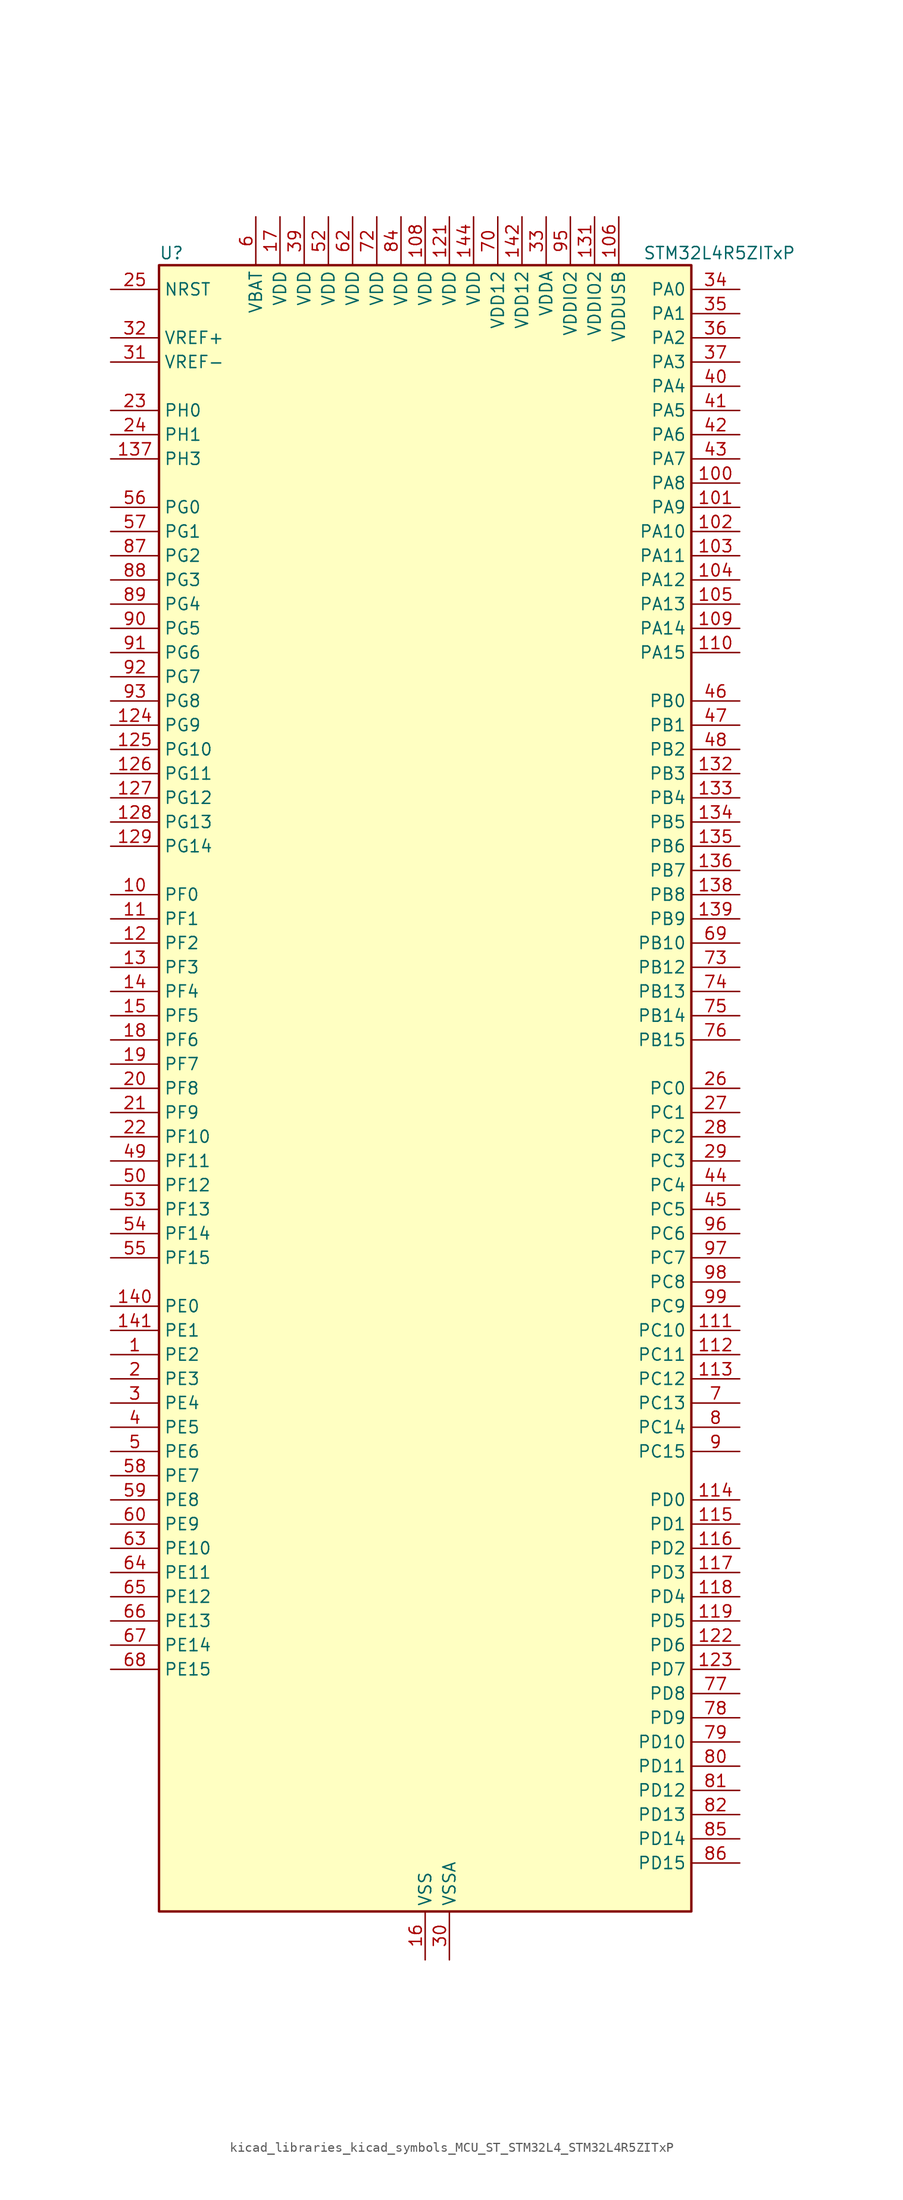
<source format=kicad_sym>
(kicad_symbol_lib
  (version 20220914)
  (generator kicad_symbol_editor)
  (symbol "kicad_libraries_kicad_symbols_MCU_ST_STM32L4_STM32L4R5ZITxP"
    (property "Reference" "U"
      (at -27.94 87.63 0)
      (effects (font (size 1.27 1.27)) (justify left)))
    (property "Value" "STM32L4R5ZITxP"
      (at 22.86 87.63 0)
      (effects (font (size 1.27 1.27)) (justify left)))
    (property "ki_locked" ""
      (at 0 0 0)
      (effects (font (size 1.27 1.27))))
    (symbol "kicad_libraries_kicad_symbols_MCU_ST_STM32L4_STM32L4R5ZITxP_0_1"
      (rectangle (start -27.94 -86.36) (end 27.94 86.36) (stroke (width 0.254) (type default)) (fill (type background))))
    (symbol "kicad_libraries_kicad_symbols_MCU_ST_STM32L4_STM32L4R5ZITxP_1_1"
      (pin bidirectional line (at -33.02 -27.94 0) (length 5.08) (name "PE2" (effects (font (size 1.27 1.27)))) (number "1" (effects (font (size 1.27 1.27)))) (alternate "FMC_A23" bidirectional line) (alternate "SAI1_CK1" bidirectional line) (alternate "SAI1_MCLK_A" bidirectional line) (alternate "SYS_TRACECLK" bidirectional line) (alternate "TIM3_ETR" bidirectional line) (alternate "TSC_G7_IO1" bidirectional line))
      (pin bidirectional line (at -33.02 20.32 0) (length 5.08) (name "PF0" (effects (font (size 1.27 1.27)))) (number "10" (effects (font (size 1.27 1.27)))) (alternate "FMC_A0" bidirectional line) (alternate "I2C2_SDA" bidirectional line) (alternate "OCTOSPIM_P2_IO0" bidirectional line))
      (pin bidirectional line (at 33.02 63.5 180) (length 5.08) (name "PA8" (effects (font (size 1.27 1.27)))) (number "100" (effects (font (size 1.27 1.27)))) (alternate "LPTIM2_OUT" bidirectional line) (alternate "RCC_MCO" bidirectional line) (alternate "SAI1_CK2" bidirectional line) (alternate "SAI1_SCK_A" bidirectional line) (alternate "TIM1_CH1" bidirectional line) (alternate "USART1_CK" bidirectional line) (alternate "USB_OTG_FS_SOF" bidirectional line))
      (pin bidirectional line (at 33.02 60.96 180) (length 5.08) (name "PA9" (effects (font (size 1.27 1.27)))) (number "101" (effects (font (size 1.27 1.27)))) (alternate "DAC1_EXTI9" bidirectional line) (alternate "DCMI_D0" bidirectional line) (alternate "SAI1_FS_A" bidirectional line) (alternate "SPI2_SCK" bidirectional line) (alternate "TIM15_BKIN" bidirectional line) (alternate "TIM1_CH2" bidirectional line) (alternate "USART1_TX" bidirectional line) (alternate "USB_OTG_FS_VBUS" bidirectional line))
      (pin bidirectional line (at 33.02 58.42 180) (length 5.08) (name "PA10" (effects (font (size 1.27 1.27)))) (number "102" (effects (font (size 1.27 1.27)))) (alternate "DCMI_D1" bidirectional line) (alternate "SAI1_D1" bidirectional line) (alternate "SAI1_SD_A" bidirectional line) (alternate "TIM17_BKIN" bidirectional line) (alternate "TIM1_CH3" bidirectional line) (alternate "USART1_RX" bidirectional line) (alternate "USB_OTG_FS_ID" bidirectional line))
      (pin bidirectional line (at 33.02 55.88 180) (length 5.08) (name "PA11" (effects (font (size 1.27 1.27)))) (number "103" (effects (font (size 1.27 1.27)))) (alternate "ADC1_EXTI11" bidirectional line) (alternate "CAN1_RX" bidirectional line) (alternate "SPI1_MISO" bidirectional line) (alternate "TIM1_BKIN2" bidirectional line) (alternate "TIM1_CH4" bidirectional line) (alternate "USART1_CTS" bidirectional line) (alternate "USART1_NSS" bidirectional line) (alternate "USB_OTG_FS_DM" bidirectional line))
      (pin bidirectional line (at 33.02 53.34 180) (length 5.08) (name "PA12" (effects (font (size 1.27 1.27)))) (number "104" (effects (font (size 1.27 1.27)))) (alternate "CAN1_TX" bidirectional line) (alternate "SPI1_MOSI" bidirectional line) (alternate "TIM1_ETR" bidirectional line) (alternate "USART1_DE" bidirectional line) (alternate "USART1_RTS" bidirectional line) (alternate "USB_OTG_FS_DP" bidirectional line))
      (pin bidirectional line (at 33.02 50.8 180) (length 5.08) (name "PA13" (effects (font (size 1.27 1.27)))) (number "105" (effects (font (size 1.27 1.27)))) (alternate "IR_OUT" bidirectional line) (alternate "SAI1_SD_B" bidirectional line) (alternate "SYS_JTMS-SWDIO" bidirectional line) (alternate "USB_OTG_FS_NOE" bidirectional line))
      (pin power_in line (at 20.32 91.44 270) (length 5.08) (name "VDDUSB" (effects (font (size 1.27 1.27)))) (number "106" (effects (font (size 1.27 1.27)))))
      (pin passive line (at 0 -91.44 90) (length 5.08) hide (name "VSS" (effects (font (size 1.27 1.27)))) (number "107" (effects (font (size 1.27 1.27)))))
      (pin power_in line (at 0 91.44 270) (length 5.08) (name "VDD" (effects (font (size 1.27 1.27)))) (number "108" (effects (font (size 1.27 1.27)))))
      (pin bidirectional line (at 33.02 48.26 180) (length 5.08) (name "PA14" (effects (font (size 1.27 1.27)))) (number "109" (effects (font (size 1.27 1.27)))) (alternate "I2C1_SMBA" bidirectional line) (alternate "I2C4_SMBA" bidirectional line) (alternate "LPTIM1_OUT" bidirectional line) (alternate "SAI1_FS_B" bidirectional line) (alternate "SYS_JTCK-SWCLK" bidirectional line) (alternate "USB_OTG_FS_SOF" bidirectional line))
      (pin bidirectional line (at -33.02 17.78 0) (length 5.08) (name "PF1" (effects (font (size 1.27 1.27)))) (number "11" (effects (font (size 1.27 1.27)))) (alternate "FMC_A1" bidirectional line) (alternate "I2C2_SCL" bidirectional line) (alternate "OCTOSPIM_P2_IO1" bidirectional line))
      (pin bidirectional line (at 33.02 45.72 180) (length 5.08) (name "PA15" (effects (font (size 1.27 1.27)))) (number "110" (effects (font (size 1.27 1.27)))) (alternate "ADC1_EXTI15" bidirectional line) (alternate "SAI2_FS_B" bidirectional line) (alternate "SPI1_NSS" bidirectional line) (alternate "SPI3_NSS" bidirectional line) (alternate "SYS_JTDI" bidirectional line) (alternate "TIM2_CH1" bidirectional line) (alternate "TIM2_ETR" bidirectional line) (alternate "TSC_G3_IO1" bidirectional line) (alternate "UART4_DE" bidirectional line) (alternate "UART4_RTS" bidirectional line) (alternate "USART2_RX" bidirectional line) (alternate "USART3_DE" bidirectional line) (alternate "USART3_RTS" bidirectional line))
      (pin bidirectional line (at 33.02 -25.4 180) (length 5.08) (name "PC10" (effects (font (size 1.27 1.27)))) (number "111" (effects (font (size 1.27 1.27)))) (alternate "DCMI_D8" bidirectional line) (alternate "SAI2_SCK_B" bidirectional line) (alternate "SDMMC1_D2" bidirectional line) (alternate "SPI3_SCK" bidirectional line) (alternate "SYS_TRACED1" bidirectional line) (alternate "TSC_G3_IO2" bidirectional line) (alternate "UART4_TX" bidirectional line) (alternate "USART3_TX" bidirectional line))
      (pin bidirectional line (at 33.02 -27.94 180) (length 5.08) (name "PC11" (effects (font (size 1.27 1.27)))) (number "112" (effects (font (size 1.27 1.27)))) (alternate "ADC1_EXTI11" bidirectional line) (alternate "DCMI_D2" bidirectional line) (alternate "DCMI_D4" bidirectional line) (alternate "OCTOSPIM_P1_NCS" bidirectional line) (alternate "SAI2_MCLK_B" bidirectional line) (alternate "SDMMC1_D3" bidirectional line) (alternate "SPI3_MISO" bidirectional line) (alternate "TSC_G3_IO3" bidirectional line) (alternate "UART4_RX" bidirectional line) (alternate "USART3_RX" bidirectional line))
      (pin bidirectional line (at 33.02 -30.48 180) (length 5.08) (name "PC12" (effects (font (size 1.27 1.27)))) (number "113" (effects (font (size 1.27 1.27)))) (alternate "DCMI_D9" bidirectional line) (alternate "SAI2_SD_B" bidirectional line) (alternate "SDMMC1_CK" bidirectional line) (alternate "SPI3_MOSI" bidirectional line) (alternate "SYS_TRACED3" bidirectional line) (alternate "TSC_G3_IO4" bidirectional line) (alternate "UART5_TX" bidirectional line) (alternate "USART3_CK" bidirectional line))
      (pin bidirectional line (at 33.02 -43.18 180) (length 5.08) (name "PD0" (effects (font (size 1.27 1.27)))) (number "114" (effects (font (size 1.27 1.27)))) (alternate "CAN1_RX" bidirectional line) (alternate "DFSDM1_DATIN7" bidirectional line) (alternate "FMC_D2" bidirectional line) (alternate "FMC_DA2" bidirectional line) (alternate "SPI2_NSS" bidirectional line))
      (pin bidirectional line (at 33.02 -45.72 180) (length 5.08) (name "PD1" (effects (font (size 1.27 1.27)))) (number "115" (effects (font (size 1.27 1.27)))) (alternate "CAN1_TX" bidirectional line) (alternate "DFSDM1_CKIN7" bidirectional line) (alternate "FMC_D3" bidirectional line) (alternate "FMC_DA3" bidirectional line) (alternate "SPI2_SCK" bidirectional line))
      (pin bidirectional line (at 33.02 -48.26 180) (length 5.08) (name "PD2" (effects (font (size 1.27 1.27)))) (number "116" (effects (font (size 1.27 1.27)))) (alternate "DCMI_D11" bidirectional line) (alternate "SDMMC1_CMD" bidirectional line) (alternate "SYS_TRACED2" bidirectional line) (alternate "TIM3_ETR" bidirectional line) (alternate "TSC_SYNC" bidirectional line) (alternate "UART5_RX" bidirectional line) (alternate "USART3_DE" bidirectional line) (alternate "USART3_RTS" bidirectional line))
      (pin bidirectional line (at 33.02 -50.8 180) (length 5.08) (name "PD3" (effects (font (size 1.27 1.27)))) (number "117" (effects (font (size 1.27 1.27)))) (alternate "DCMI_D5" bidirectional line) (alternate "DFSDM1_DATIN0" bidirectional line) (alternate "FMC_CLK" bidirectional line) (alternate "OCTOSPIM_P2_NCS" bidirectional line) (alternate "SPI2_MISO" bidirectional line) (alternate "SPI2_SCK" bidirectional line) (alternate "USART2_CTS" bidirectional line) (alternate "USART2_NSS" bidirectional line))
      (pin bidirectional line (at 33.02 -53.34 180) (length 5.08) (name "PD4" (effects (font (size 1.27 1.27)))) (number "118" (effects (font (size 1.27 1.27)))) (alternate "DFSDM1_CKIN0" bidirectional line) (alternate "FMC_NOE" bidirectional line) (alternate "OCTOSPIM_P1_IO4" bidirectional line) (alternate "SPI2_MOSI" bidirectional line) (alternate "USART2_DE" bidirectional line) (alternate "USART2_RTS" bidirectional line))
      (pin bidirectional line (at 33.02 -55.88 180) (length 5.08) (name "PD5" (effects (font (size 1.27 1.27)))) (number "119" (effects (font (size 1.27 1.27)))) (alternate "FMC_NWE" bidirectional line) (alternate "OCTOSPIM_P1_IO5" bidirectional line) (alternate "USART2_TX" bidirectional line))
      (pin bidirectional line (at -33.02 15.24 0) (length 5.08) (name "PF2" (effects (font (size 1.27 1.27)))) (number "12" (effects (font (size 1.27 1.27)))) (alternate "FMC_A2" bidirectional line) (alternate "I2C2_SMBA" bidirectional line) (alternate "OCTOSPIM_P2_IO2" bidirectional line))
      (pin passive line (at 0 -91.44 90) (length 5.08) hide (name "VSS" (effects (font (size 1.27 1.27)))) (number "120" (effects (font (size 1.27 1.27)))))
      (pin power_in line (at 2.54 91.44 270) (length 5.08) (name "VDD" (effects (font (size 1.27 1.27)))) (number "121" (effects (font (size 1.27 1.27)))))
      (pin bidirectional line (at 33.02 -58.42 180) (length 5.08) (name "PD6" (effects (font (size 1.27 1.27)))) (number "122" (effects (font (size 1.27 1.27)))) (alternate "DCMI_D10" bidirectional line) (alternate "DFSDM1_DATIN1" bidirectional line) (alternate "FMC_NWAIT" bidirectional line) (alternate "OCTOSPIM_P1_IO6" bidirectional line) (alternate "SAI1_D1" bidirectional line) (alternate "SAI1_SD_A" bidirectional line) (alternate "SPI3_MOSI" bidirectional line) (alternate "USART2_RX" bidirectional line))
      (pin bidirectional line (at 33.02 -60.96 180) (length 5.08) (name "PD7" (effects (font (size 1.27 1.27)))) (number "123" (effects (font (size 1.27 1.27)))) (alternate "DFSDM1_CKIN1" bidirectional line) (alternate "FMC_NCE" bidirectional line) (alternate "FMC_NE1" bidirectional line) (alternate "OCTOSPIM_P1_IO7" bidirectional line) (alternate "USART2_CK" bidirectional line))
      (pin bidirectional line (at -33.02 38.1 0) (length 5.08) (name "PG9" (effects (font (size 1.27 1.27)))) (number "124" (effects (font (size 1.27 1.27)))) (alternate "DAC1_EXTI9" bidirectional line) (alternate "FMC_NCE" bidirectional line) (alternate "FMC_NE2" bidirectional line) (alternate "OCTOSPIM_P2_IO6" bidirectional line) (alternate "SAI2_SCK_A" bidirectional line) (alternate "SPI3_SCK" bidirectional line) (alternate "TIM15_CH1N" bidirectional line) (alternate "USART1_TX" bidirectional line))
      (pin bidirectional line (at -33.02 35.56 0) (length 5.08) (name "PG10" (effects (font (size 1.27 1.27)))) (number "125" (effects (font (size 1.27 1.27)))) (alternate "FMC_NE3" bidirectional line) (alternate "LPTIM1_IN1" bidirectional line) (alternate "OCTOSPIM_P2_IO7" bidirectional line) (alternate "SAI2_FS_A" bidirectional line) (alternate "SPI3_MISO" bidirectional line) (alternate "TIM15_CH1" bidirectional line) (alternate "USART1_RX" bidirectional line))
      (pin bidirectional line (at -33.02 33.02 0) (length 5.08) (name "PG11" (effects (font (size 1.27 1.27)))) (number "126" (effects (font (size 1.27 1.27)))) (alternate "ADC1_EXTI11" bidirectional line) (alternate "LPTIM1_IN2" bidirectional line) (alternate "OCTOSPIM_P1_IO5" bidirectional line) (alternate "SAI2_MCLK_A" bidirectional line) (alternate "SPI3_MOSI" bidirectional line) (alternate "TIM15_CH2" bidirectional line) (alternate "USART1_CTS" bidirectional line) (alternate "USART1_NSS" bidirectional line))
      (pin bidirectional line (at -33.02 30.48 0) (length 5.08) (name "PG12" (effects (font (size 1.27 1.27)))) (number "127" (effects (font (size 1.27 1.27)))) (alternate "FMC_NE4" bidirectional line) (alternate "LPTIM1_ETR" bidirectional line) (alternate "OCTOSPIM_P2_NCS" bidirectional line) (alternate "SAI2_SD_A" bidirectional line) (alternate "SPI3_NSS" bidirectional line) (alternate "USART1_DE" bidirectional line) (alternate "USART1_RTS" bidirectional line))
      (pin bidirectional line (at -33.02 27.94 0) (length 5.08) (name "PG13" (effects (font (size 1.27 1.27)))) (number "128" (effects (font (size 1.27 1.27)))) (alternate "FMC_A24" bidirectional line) (alternate "I2C1_SDA" bidirectional line) (alternate "USART1_CK" bidirectional line))
      (pin bidirectional line (at -33.02 25.4 0) (length 5.08) (name "PG14" (effects (font (size 1.27 1.27)))) (number "129" (effects (font (size 1.27 1.27)))) (alternate "FMC_A25" bidirectional line) (alternate "I2C1_SCL" bidirectional line))
      (pin bidirectional line (at -33.02 12.7 0) (length 5.08) (name "PF3" (effects (font (size 1.27 1.27)))) (number "13" (effects (font (size 1.27 1.27)))) (alternate "FMC_A3" bidirectional line) (alternate "OCTOSPIM_P2_IO3" bidirectional line))
      (pin passive line (at 0 -91.44 90) (length 5.08) hide (name "VSS" (effects (font (size 1.27 1.27)))) (number "130" (effects (font (size 1.27 1.27)))))
      (pin power_in line (at 17.78 91.44 270) (length 5.08) (name "VDDIO2" (effects (font (size 1.27 1.27)))) (number "131" (effects (font (size 1.27 1.27)))))
      (pin bidirectional line (at 33.02 33.02 180) (length 5.08) (name "PB3" (effects (font (size 1.27 1.27)))) (number "132" (effects (font (size 1.27 1.27)))) (alternate "COMP2_INM" bidirectional line) (alternate "CRS_SYNC" bidirectional line) (alternate "SAI1_SCK_B" bidirectional line) (alternate "SPI1_SCK" bidirectional line) (alternate "SPI3_SCK" bidirectional line) (alternate "SYS_JTDO-SWO" bidirectional line) (alternate "TIM2_CH2" bidirectional line) (alternate "USART1_DE" bidirectional line) (alternate "USART1_RTS" bidirectional line))
      (pin bidirectional line (at 33.02 30.48 180) (length 5.08) (name "PB4" (effects (font (size 1.27 1.27)))) (number "133" (effects (font (size 1.27 1.27)))) (alternate "COMP2_INP" bidirectional line) (alternate "DCMI_D12" bidirectional line) (alternate "I2C3_SDA" bidirectional line) (alternate "SAI1_MCLK_B" bidirectional line) (alternate "SPI1_MISO" bidirectional line) (alternate "SPI3_MISO" bidirectional line) (alternate "SYS_JTRST" bidirectional line) (alternate "TIM17_BKIN" bidirectional line) (alternate "TIM3_CH1" bidirectional line) (alternate "TSC_G2_IO1" bidirectional line) (alternate "UART5_DE" bidirectional line) (alternate "UART5_RTS" bidirectional line) (alternate "USART1_CTS" bidirectional line) (alternate "USART1_NSS" bidirectional line))
      (pin bidirectional line (at 33.02 27.94 180) (length 5.08) (name "PB5" (effects (font (size 1.27 1.27)))) (number "134" (effects (font (size 1.27 1.27)))) (alternate "COMP2_OUT" bidirectional line) (alternate "DCMI_D10" bidirectional line) (alternate "I2C1_SMBA" bidirectional line) (alternate "LPTIM1_IN1" bidirectional line) (alternate "SAI1_SD_B" bidirectional line) (alternate "SPI1_MOSI" bidirectional line) (alternate "SPI3_MOSI" bidirectional line) (alternate "TIM16_BKIN" bidirectional line) (alternate "TIM3_CH2" bidirectional line) (alternate "TSC_G2_IO2" bidirectional line) (alternate "UART5_CTS" bidirectional line) (alternate "USART1_CK" bidirectional line))
      (pin bidirectional line (at 33.02 25.4 180) (length 5.08) (name "PB6" (effects (font (size 1.27 1.27)))) (number "135" (effects (font (size 1.27 1.27)))) (alternate "COMP2_INP" bidirectional line) (alternate "DCMI_D5" bidirectional line) (alternate "DFSDM1_DATIN5" bidirectional line) (alternate "I2C1_SCL" bidirectional line) (alternate "I2C4_SCL" bidirectional line) (alternate "LPTIM1_ETR" bidirectional line) (alternate "SAI1_FS_B" bidirectional line) (alternate "TIM16_CH1N" bidirectional line) (alternate "TIM4_CH1" bidirectional line) (alternate "TIM8_BKIN2" bidirectional line) (alternate "TSC_G2_IO3" bidirectional line) (alternate "USART1_TX" bidirectional line))
      (pin bidirectional line (at 33.02 22.86 180) (length 5.08) (name "PB7" (effects (font (size 1.27 1.27)))) (number "136" (effects (font (size 1.27 1.27)))) (alternate "COMP2_INM" bidirectional line) (alternate "DCMI_VSYNC" bidirectional line) (alternate "DFSDM1_CKIN5" bidirectional line) (alternate "FMC_NL" bidirectional line) (alternate "I2C1_SDA" bidirectional line) (alternate "I2C4_SDA" bidirectional line) (alternate "LPTIM1_IN2" bidirectional line) (alternate "SYS_PVD_IN" bidirectional line) (alternate "TIM17_CH1N" bidirectional line) (alternate "TIM4_CH2" bidirectional line) (alternate "TIM8_BKIN" bidirectional line) (alternate "TSC_G2_IO4" bidirectional line) (alternate "UART4_CTS" bidirectional line) (alternate "USART1_RX" bidirectional line))
      (pin bidirectional line (at -33.02 66.04 0) (length 5.08) (name "PH3" (effects (font (size 1.27 1.27)))) (number "137" (effects (font (size 1.27 1.27)))))
      (pin bidirectional line (at 33.02 20.32 180) (length 5.08) (name "PB8" (effects (font (size 1.27 1.27)))) (number "138" (effects (font (size 1.27 1.27)))) (alternate "CAN1_RX" bidirectional line) (alternate "DCMI_D6" bidirectional line) (alternate "DFSDM1_CKOUT" bidirectional line) (alternate "DFSDM1_DATIN6" bidirectional line) (alternate "I2C1_SCL" bidirectional line) (alternate "SAI1_CK1" bidirectional line) (alternate "SAI1_MCLK_A" bidirectional line) (alternate "SDMMC1_CKIN" bidirectional line) (alternate "SDMMC1_D4" bidirectional line) (alternate "TIM16_CH1" bidirectional line) (alternate "TIM4_CH3" bidirectional line))
      (pin bidirectional line (at 33.02 17.78 180) (length 5.08) (name "PB9" (effects (font (size 1.27 1.27)))) (number "139" (effects (font (size 1.27 1.27)))) (alternate "CAN1_TX" bidirectional line) (alternate "DAC1_EXTI9" bidirectional line) (alternate "DCMI_D7" bidirectional line) (alternate "DFSDM1_CKIN6" bidirectional line) (alternate "I2C1_SDA" bidirectional line) (alternate "IR_OUT" bidirectional line) (alternate "SAI1_D2" bidirectional line) (alternate "SAI1_FS_A" bidirectional line) (alternate "SDMMC1_CDIR" bidirectional line) (alternate "SDMMC1_D5" bidirectional line) (alternate "SPI2_NSS" bidirectional line) (alternate "TIM17_CH1" bidirectional line) (alternate "TIM4_CH4" bidirectional line))
      (pin bidirectional line (at -33.02 10.16 0) (length 5.08) (name "PF4" (effects (font (size 1.27 1.27)))) (number "14" (effects (font (size 1.27 1.27)))) (alternate "FMC_A4" bidirectional line) (alternate "OCTOSPIM_P2_CLK" bidirectional line))
      (pin bidirectional line (at -33.02 -22.86 0) (length 5.08) (name "PE0" (effects (font (size 1.27 1.27)))) (number "140" (effects (font (size 1.27 1.27)))) (alternate "DCMI_D2" bidirectional line) (alternate "FMC_NBL0" bidirectional line) (alternate "TIM16_CH1" bidirectional line) (alternate "TIM4_ETR" bidirectional line))
      (pin bidirectional line (at -33.02 -25.4 0) (length 5.08) (name "PE1" (effects (font (size 1.27 1.27)))) (number "141" (effects (font (size 1.27 1.27)))) (alternate "DCMI_D3" bidirectional line) (alternate "FMC_NBL1" bidirectional line) (alternate "TIM17_CH1" bidirectional line))
      (pin power_in line (at 10.16 91.44 270) (length 5.08) (name "VDD12" (effects (font (size 1.27 1.27)))) (number "142" (effects (font (size 1.27 1.27)))))
      (pin passive line (at 0 -91.44 90) (length 5.08) hide (name "VSS" (effects (font (size 1.27 1.27)))) (number "143" (effects (font (size 1.27 1.27)))))
      (pin power_in line (at 5.08 91.44 270) (length 5.08) (name "VDD" (effects (font (size 1.27 1.27)))) (number "144" (effects (font (size 1.27 1.27)))))
      (pin bidirectional line (at -33.02 7.62 0) (length 5.08) (name "PF5" (effects (font (size 1.27 1.27)))) (number "15" (effects (font (size 1.27 1.27)))) (alternate "FMC_A5" bidirectional line))
      (pin power_in line (at 0 -91.44 90) (length 5.08) (name "VSS" (effects (font (size 1.27 1.27)))) (number "16" (effects (font (size 1.27 1.27)))))
      (pin power_in line (at -15.24 91.44 270) (length 5.08) (name "VDD" (effects (font (size 1.27 1.27)))) (number "17" (effects (font (size 1.27 1.27)))))
      (pin bidirectional line (at -33.02 5.08 0) (length 5.08) (name "PF6" (effects (font (size 1.27 1.27)))) (number "18" (effects (font (size 1.27 1.27)))) (alternate "OCTOSPIM_P1_IO3" bidirectional line) (alternate "SAI1_SD_B" bidirectional line) (alternate "TIM5_CH1" bidirectional line) (alternate "TIM5_ETR" bidirectional line))
      (pin bidirectional line (at -33.02 2.54 0) (length 5.08) (name "PF7" (effects (font (size 1.27 1.27)))) (number "19" (effects (font (size 1.27 1.27)))) (alternate "OCTOSPIM_P1_IO2" bidirectional line) (alternate "SAI1_MCLK_B" bidirectional line) (alternate "TIM5_CH2" bidirectional line))
      (pin bidirectional line (at -33.02 -30.48 0) (length 5.08) (name "PE3" (effects (font (size 1.27 1.27)))) (number "2" (effects (font (size 1.27 1.27)))) (alternate "FMC_A19" bidirectional line) (alternate "OCTOSPIM_P1_DQS" bidirectional line) (alternate "SAI1_SD_B" bidirectional line) (alternate "SYS_TRACED0" bidirectional line) (alternate "TIM3_CH1" bidirectional line) (alternate "TSC_G7_IO2" bidirectional line))
      (pin bidirectional line (at -33.02 0 0) (length 5.08) (name "PF8" (effects (font (size 1.27 1.27)))) (number "20" (effects (font (size 1.27 1.27)))) (alternate "OCTOSPIM_P1_IO0" bidirectional line) (alternate "SAI1_SCK_B" bidirectional line) (alternate "TIM5_CH3" bidirectional line))
      (pin bidirectional line (at -33.02 -2.54 0) (length 5.08) (name "PF9" (effects (font (size 1.27 1.27)))) (number "21" (effects (font (size 1.27 1.27)))) (alternate "DAC1_EXTI9" bidirectional line) (alternate "OCTOSPIM_P1_IO1" bidirectional line) (alternate "SAI1_FS_B" bidirectional line) (alternate "TIM15_CH1" bidirectional line) (alternate "TIM5_CH4" bidirectional line))
      (pin bidirectional line (at -33.02 -5.08 0) (length 5.08) (name "PF10" (effects (font (size 1.27 1.27)))) (number "22" (effects (font (size 1.27 1.27)))) (alternate "DCMI_D11" bidirectional line) (alternate "DFSDM1_CKOUT" bidirectional line) (alternate "OCTOSPIM_P1_CLK" bidirectional line) (alternate "SAI1_D3" bidirectional line) (alternate "TIM15_CH2" bidirectional line))
      (pin bidirectional line (at -33.02 71.12 0) (length 5.08) (name "PH0" (effects (font (size 1.27 1.27)))) (number "23" (effects (font (size 1.27 1.27)))) (alternate "RCC_OSC_IN" bidirectional line))
      (pin bidirectional line (at -33.02 68.58 0) (length 5.08) (name "PH1" (effects (font (size 1.27 1.27)))) (number "24" (effects (font (size 1.27 1.27)))) (alternate "RCC_OSC_OUT" bidirectional line))
      (pin input line (at -33.02 83.82 0) (length 5.08) (name "NRST" (effects (font (size 1.27 1.27)))) (number "25" (effects (font (size 1.27 1.27)))))
      (pin bidirectional line (at 33.02 0 180) (length 5.08) (name "PC0" (effects (font (size 1.27 1.27)))) (number "26" (effects (font (size 1.27 1.27)))) (alternate "ADC1_IN1" bidirectional line) (alternate "DFSDM1_DATIN4" bidirectional line) (alternate "I2C3_SCL" bidirectional line) (alternate "LPTIM1_IN1" bidirectional line) (alternate "LPTIM2_IN1" bidirectional line) (alternate "LPUART1_RX" bidirectional line) (alternate "SAI2_FS_A" bidirectional line))
      (pin bidirectional line (at 33.02 -2.54 180) (length 5.08) (name "PC1" (effects (font (size 1.27 1.27)))) (number "27" (effects (font (size 1.27 1.27)))) (alternate "ADC1_IN2" bidirectional line) (alternate "DFSDM1_CKIN4" bidirectional line) (alternate "I2C3_SDA" bidirectional line) (alternate "LPTIM1_OUT" bidirectional line) (alternate "LPUART1_TX" bidirectional line) (alternate "OCTOSPIM_P1_IO4" bidirectional line) (alternate "SAI1_SD_A" bidirectional line) (alternate "SPI2_MOSI" bidirectional line) (alternate "SYS_TRACED0" bidirectional line))
      (pin bidirectional line (at 33.02 -5.08 180) (length 5.08) (name "PC2" (effects (font (size 1.27 1.27)))) (number "28" (effects (font (size 1.27 1.27)))) (alternate "ADC1_IN3" bidirectional line) (alternate "DFSDM1_CKOUT" bidirectional line) (alternate "LPTIM1_IN2" bidirectional line) (alternate "OCTOSPIM_P1_IO5" bidirectional line) (alternate "SPI2_MISO" bidirectional line))
      (pin bidirectional line (at 33.02 -7.62 180) (length 5.08) (name "PC3" (effects (font (size 1.27 1.27)))) (number "29" (effects (font (size 1.27 1.27)))) (alternate "ADC1_IN4" bidirectional line) (alternate "LPTIM1_ETR" bidirectional line) (alternate "LPTIM2_ETR" bidirectional line) (alternate "OCTOSPIM_P1_IO6" bidirectional line) (alternate "SAI1_D1" bidirectional line) (alternate "SAI1_SD_A" bidirectional line) (alternate "SPI2_MOSI" bidirectional line))
      (pin bidirectional line (at -33.02 -33.02 0) (length 5.08) (name "PE4" (effects (font (size 1.27 1.27)))) (number "3" (effects (font (size 1.27 1.27)))) (alternate "DCMI_D4" bidirectional line) (alternate "DFSDM1_DATIN3" bidirectional line) (alternate "FMC_A20" bidirectional line) (alternate "SAI1_D2" bidirectional line) (alternate "SAI1_FS_A" bidirectional line) (alternate "SYS_TRACED1" bidirectional line) (alternate "TIM3_CH2" bidirectional line) (alternate "TSC_G7_IO3" bidirectional line))
      (pin power_in line (at 2.54 -91.44 90) (length 5.08) (name "VSSA" (effects (font (size 1.27 1.27)))) (number "30" (effects (font (size 1.27 1.27)))))
      (pin input line (at -33.02 76.2 0) (length 5.08) (name "VREF-" (effects (font (size 1.27 1.27)))) (number "31" (effects (font (size 1.27 1.27)))))
      (pin input line (at -33.02 78.74 0) (length 5.08) (name "VREF+" (effects (font (size 1.27 1.27)))) (number "32" (effects (font (size 1.27 1.27)))) (alternate "VREFBUF_OUT" bidirectional line))
      (pin power_in line (at 12.7 91.44 270) (length 5.08) (name "VDDA" (effects (font (size 1.27 1.27)))) (number "33" (effects (font (size 1.27 1.27)))))
      (pin bidirectional line (at 33.02 83.82 180) (length 5.08) (name "PA0" (effects (font (size 1.27 1.27)))) (number "34" (effects (font (size 1.27 1.27)))) (alternate "ADC1_IN5" bidirectional line) (alternate "OPAMP1_VINP" bidirectional line) (alternate "RTC_TAMP2" bidirectional line) (alternate "SAI1_EXTCLK" bidirectional line) (alternate "SYS_WKUP1" bidirectional line) (alternate "TIM2_CH1" bidirectional line) (alternate "TIM2_ETR" bidirectional line) (alternate "TIM5_CH1" bidirectional line) (alternate "TIM8_ETR" bidirectional line) (alternate "UART4_TX" bidirectional line) (alternate "USART2_CTS" bidirectional line) (alternate "USART2_NSS" bidirectional line))
      (pin bidirectional line (at 33.02 81.28 180) (length 5.08) (name "PA1" (effects (font (size 1.27 1.27)))) (number "35" (effects (font (size 1.27 1.27)))) (alternate "ADC1_IN6" bidirectional line) (alternate "I2C1_SMBA" bidirectional line) (alternate "OCTOSPIM_P1_DQS" bidirectional line) (alternate "OPAMP1_VINM" bidirectional line) (alternate "SPI1_SCK" bidirectional line) (alternate "TIM15_CH1N" bidirectional line) (alternate "TIM2_CH2" bidirectional line) (alternate "TIM5_CH2" bidirectional line) (alternate "UART4_RX" bidirectional line) (alternate "USART2_DE" bidirectional line) (alternate "USART2_RTS" bidirectional line))
      (pin bidirectional line (at 33.02 78.74 180) (length 5.08) (name "PA2" (effects (font (size 1.27 1.27)))) (number "36" (effects (font (size 1.27 1.27)))) (alternate "ADC1_IN7" bidirectional line) (alternate "LPUART1_TX" bidirectional line) (alternate "OCTOSPIM_P1_NCS" bidirectional line) (alternate "RCC_LSCO" bidirectional line) (alternate "SAI2_EXTCLK" bidirectional line) (alternate "SYS_WKUP4" bidirectional line) (alternate "TIM15_CH1" bidirectional line) (alternate "TIM2_CH3" bidirectional line) (alternate "TIM5_CH3" bidirectional line) (alternate "USART2_TX" bidirectional line))
      (pin bidirectional line (at 33.02 76.2 180) (length 5.08) (name "PA3" (effects (font (size 1.27 1.27)))) (number "37" (effects (font (size 1.27 1.27)))) (alternate "ADC1_IN8" bidirectional line) (alternate "LPUART1_RX" bidirectional line) (alternate "OCTOSPIM_P1_CLK" bidirectional line) (alternate "OPAMP1_VOUT" bidirectional line) (alternate "SAI1_CK1" bidirectional line) (alternate "SAI1_MCLK_A" bidirectional line) (alternate "TIM15_CH2" bidirectional line) (alternate "TIM2_CH4" bidirectional line) (alternate "TIM5_CH4" bidirectional line) (alternate "USART2_RX" bidirectional line))
      (pin passive line (at 0 -91.44 90) (length 5.08) hide (name "VSS" (effects (font (size 1.27 1.27)))) (number "38" (effects (font (size 1.27 1.27)))))
      (pin power_in line (at -12.7 91.44 270) (length 5.08) (name "VDD" (effects (font (size 1.27 1.27)))) (number "39" (effects (font (size 1.27 1.27)))))
      (pin bidirectional line (at -33.02 -35.56 0) (length 5.08) (name "PE5" (effects (font (size 1.27 1.27)))) (number "4" (effects (font (size 1.27 1.27)))) (alternate "DCMI_D6" bidirectional line) (alternate "DFSDM1_CKIN3" bidirectional line) (alternate "FMC_A21" bidirectional line) (alternate "SAI1_CK2" bidirectional line) (alternate "SAI1_SCK_A" bidirectional line) (alternate "SYS_TRACED2" bidirectional line) (alternate "TIM3_CH3" bidirectional line) (alternate "TSC_G7_IO4" bidirectional line))
      (pin bidirectional line (at 33.02 73.66 180) (length 5.08) (name "PA4" (effects (font (size 1.27 1.27)))) (number "40" (effects (font (size 1.27 1.27)))) (alternate "ADC1_IN9" bidirectional line) (alternate "DAC1_OUT1" bidirectional line) (alternate "DCMI_HSYNC" bidirectional line) (alternate "LPTIM2_OUT" bidirectional line) (alternate "OCTOSPIM_P1_NCS" bidirectional line) (alternate "SAI1_FS_B" bidirectional line) (alternate "SPI1_NSS" bidirectional line) (alternate "SPI3_NSS" bidirectional line) (alternate "USART2_CK" bidirectional line))
      (pin bidirectional line (at 33.02 71.12 180) (length 5.08) (name "PA5" (effects (font (size 1.27 1.27)))) (number "41" (effects (font (size 1.27 1.27)))) (alternate "ADC1_IN10" bidirectional line) (alternate "DAC1_OUT2" bidirectional line) (alternate "LPTIM2_ETR" bidirectional line) (alternate "SPI1_SCK" bidirectional line) (alternate "TIM2_CH1" bidirectional line) (alternate "TIM2_ETR" bidirectional line) (alternate "TIM8_CH1N" bidirectional line))
      (pin bidirectional line (at 33.02 68.58 180) (length 5.08) (name "PA6" (effects (font (size 1.27 1.27)))) (number "42" (effects (font (size 1.27 1.27)))) (alternate "ADC1_IN11" bidirectional line) (alternate "DCMI_PIXCLK" bidirectional line) (alternate "LPUART1_CTS" bidirectional line) (alternate "OCTOSPIM_P1_IO3" bidirectional line) (alternate "OPAMP2_VINP" bidirectional line) (alternate "SPI1_MISO" bidirectional line) (alternate "TIM16_CH1" bidirectional line) (alternate "TIM1_BKIN" bidirectional line) (alternate "TIM3_CH1" bidirectional line) (alternate "TIM8_BKIN" bidirectional line) (alternate "USART3_CTS" bidirectional line) (alternate "USART3_NSS" bidirectional line))
      (pin bidirectional line (at 33.02 66.04 180) (length 5.08) (name "PA7" (effects (font (size 1.27 1.27)))) (number "43" (effects (font (size 1.27 1.27)))) (alternate "ADC1_IN12" bidirectional line) (alternate "I2C3_SCL" bidirectional line) (alternate "OCTOSPIM_P1_IO2" bidirectional line) (alternate "OPAMP2_VINM" bidirectional line) (alternate "SPI1_MOSI" bidirectional line) (alternate "TIM17_CH1" bidirectional line) (alternate "TIM1_CH1N" bidirectional line) (alternate "TIM3_CH2" bidirectional line) (alternate "TIM8_CH1N" bidirectional line))
      (pin bidirectional line (at 33.02 -10.16 180) (length 5.08) (name "PC4" (effects (font (size 1.27 1.27)))) (number "44" (effects (font (size 1.27 1.27)))) (alternate "ADC1_IN13" bidirectional line) (alternate "COMP1_INM" bidirectional line) (alternate "OCTOSPIM_P1_IO7" bidirectional line) (alternate "USART3_TX" bidirectional line))
      (pin bidirectional line (at 33.02 -12.7 180) (length 5.08) (name "PC5" (effects (font (size 1.27 1.27)))) (number "45" (effects (font (size 1.27 1.27)))) (alternate "ADC1_IN14" bidirectional line) (alternate "COMP1_INP" bidirectional line) (alternate "SAI1_D3" bidirectional line) (alternate "SYS_WKUP5" bidirectional line) (alternate "USART3_RX" bidirectional line))
      (pin bidirectional line (at 33.02 40.64 180) (length 5.08) (name "PB0" (effects (font (size 1.27 1.27)))) (number "46" (effects (font (size 1.27 1.27)))) (alternate "ADC1_IN15" bidirectional line) (alternate "COMP1_OUT" bidirectional line) (alternate "OCTOSPIM_P1_IO1" bidirectional line) (alternate "OPAMP2_VOUT" bidirectional line) (alternate "SAI1_EXTCLK" bidirectional line) (alternate "SPI1_NSS" bidirectional line) (alternate "TIM1_CH2N" bidirectional line) (alternate "TIM3_CH3" bidirectional line) (alternate "TIM8_CH2N" bidirectional line) (alternate "USART3_CK" bidirectional line))
      (pin bidirectional line (at 33.02 38.1 180) (length 5.08) (name "PB1" (effects (font (size 1.27 1.27)))) (number "47" (effects (font (size 1.27 1.27)))) (alternate "ADC1_IN16" bidirectional line) (alternate "COMP1_INM" bidirectional line) (alternate "DFSDM1_DATIN0" bidirectional line) (alternate "LPTIM2_IN1" bidirectional line) (alternate "LPUART1_DE" bidirectional line) (alternate "LPUART1_RTS" bidirectional line) (alternate "OCTOSPIM_P1_IO0" bidirectional line) (alternate "TIM1_CH3N" bidirectional line) (alternate "TIM3_CH4" bidirectional line) (alternate "TIM8_CH3N" bidirectional line) (alternate "USART3_DE" bidirectional line) (alternate "USART3_RTS" bidirectional line))
      (pin bidirectional line (at 33.02 35.56 180) (length 5.08) (name "PB2" (effects (font (size 1.27 1.27)))) (number "48" (effects (font (size 1.27 1.27)))) (alternate "COMP1_INP" bidirectional line) (alternate "DFSDM1_CKIN0" bidirectional line) (alternate "I2C3_SMBA" bidirectional line) (alternate "LPTIM1_OUT" bidirectional line) (alternate "OCTOSPIM_P1_DQS" bidirectional line) (alternate "RTC_OUT_ALARM" bidirectional line) (alternate "RTC_OUT_CALIB" bidirectional line))
      (pin bidirectional line (at -33.02 -7.62 0) (length 5.08) (name "PF11" (effects (font (size 1.27 1.27)))) (number "49" (effects (font (size 1.27 1.27)))) (alternate "ADC1_EXTI11" bidirectional line) (alternate "DCMI_D12" bidirectional line))
      (pin bidirectional line (at -33.02 -38.1 0) (length 5.08) (name "PE6" (effects (font (size 1.27 1.27)))) (number "5" (effects (font (size 1.27 1.27)))) (alternate "DCMI_D7" bidirectional line) (alternate "FMC_A22" bidirectional line) (alternate "RTC_TAMP3" bidirectional line) (alternate "SAI1_D1" bidirectional line) (alternate "SAI1_SD_A" bidirectional line) (alternate "SYS_TRACED3" bidirectional line) (alternate "SYS_WKUP3" bidirectional line) (alternate "TIM3_CH4" bidirectional line))
      (pin bidirectional line (at -33.02 -10.16 0) (length 5.08) (name "PF12" (effects (font (size 1.27 1.27)))) (number "50" (effects (font (size 1.27 1.27)))) (alternate "FMC_A6" bidirectional line) (alternate "OCTOSPIM_P2_DQS" bidirectional line))
      (pin passive line (at 0 -91.44 90) (length 5.08) hide (name "VSS" (effects (font (size 1.27 1.27)))) (number "51" (effects (font (size 1.27 1.27)))))
      (pin power_in line (at -10.16 91.44 270) (length 5.08) (name "VDD" (effects (font (size 1.27 1.27)))) (number "52" (effects (font (size 1.27 1.27)))))
      (pin bidirectional line (at -33.02 -12.7 0) (length 5.08) (name "PF13" (effects (font (size 1.27 1.27)))) (number "53" (effects (font (size 1.27 1.27)))) (alternate "DFSDM1_DATIN6" bidirectional line) (alternate "FMC_A7" bidirectional line) (alternate "I2C4_SMBA" bidirectional line))
      (pin bidirectional line (at -33.02 -15.24 0) (length 5.08) (name "PF14" (effects (font (size 1.27 1.27)))) (number "54" (effects (font (size 1.27 1.27)))) (alternate "DFSDM1_CKIN6" bidirectional line) (alternate "FMC_A8" bidirectional line) (alternate "I2C4_SCL" bidirectional line) (alternate "TSC_G8_IO1" bidirectional line))
      (pin bidirectional line (at -33.02 -17.78 0) (length 5.08) (name "PF15" (effects (font (size 1.27 1.27)))) (number "55" (effects (font (size 1.27 1.27)))) (alternate "ADC1_EXTI15" bidirectional line) (alternate "FMC_A9" bidirectional line) (alternate "I2C4_SDA" bidirectional line) (alternate "TSC_G8_IO2" bidirectional line))
      (pin bidirectional line (at -33.02 60.96 0) (length 5.08) (name "PG0" (effects (font (size 1.27 1.27)))) (number "56" (effects (font (size 1.27 1.27)))) (alternate "FMC_A10" bidirectional line) (alternate "OCTOSPIM_P2_IO4" bidirectional line) (alternate "TSC_G8_IO3" bidirectional line))
      (pin bidirectional line (at -33.02 58.42 0) (length 5.08) (name "PG1" (effects (font (size 1.27 1.27)))) (number "57" (effects (font (size 1.27 1.27)))) (alternate "FMC_A11" bidirectional line) (alternate "OCTOSPIM_P2_IO5" bidirectional line) (alternate "TSC_G8_IO4" bidirectional line))
      (pin bidirectional line (at -33.02 -40.64 0) (length 5.08) (name "PE7" (effects (font (size 1.27 1.27)))) (number "58" (effects (font (size 1.27 1.27)))) (alternate "DFSDM1_DATIN2" bidirectional line) (alternate "FMC_D4" bidirectional line) (alternate "FMC_DA4" bidirectional line) (alternate "SAI1_SD_B" bidirectional line) (alternate "TIM1_ETR" bidirectional line))
      (pin bidirectional line (at -33.02 -43.18 0) (length 5.08) (name "PE8" (effects (font (size 1.27 1.27)))) (number "59" (effects (font (size 1.27 1.27)))) (alternate "DFSDM1_CKIN2" bidirectional line) (alternate "FMC_D5" bidirectional line) (alternate "FMC_DA5" bidirectional line) (alternate "SAI1_SCK_B" bidirectional line) (alternate "TIM1_CH1N" bidirectional line))
      (pin power_in line (at -17.78 91.44 270) (length 5.08) (name "VBAT" (effects (font (size 1.27 1.27)))) (number "6" (effects (font (size 1.27 1.27)))))
      (pin bidirectional line (at -33.02 -45.72 0) (length 5.08) (name "PE9" (effects (font (size 1.27 1.27)))) (number "60" (effects (font (size 1.27 1.27)))) (alternate "DAC1_EXTI9" bidirectional line) (alternate "DFSDM1_CKOUT" bidirectional line) (alternate "FMC_D6" bidirectional line) (alternate "FMC_DA6" bidirectional line) (alternate "SAI1_FS_B" bidirectional line) (alternate "TIM1_CH1" bidirectional line))
      (pin passive line (at 0 -91.44 90) (length 5.08) hide (name "VSS" (effects (font (size 1.27 1.27)))) (number "61" (effects (font (size 1.27 1.27)))))
      (pin power_in line (at -7.62 91.44 270) (length 5.08) (name "VDD" (effects (font (size 1.27 1.27)))) (number "62" (effects (font (size 1.27 1.27)))))
      (pin bidirectional line (at -33.02 -48.26 0) (length 5.08) (name "PE10" (effects (font (size 1.27 1.27)))) (number "63" (effects (font (size 1.27 1.27)))) (alternate "DFSDM1_DATIN4" bidirectional line) (alternate "FMC_D7" bidirectional line) (alternate "FMC_DA7" bidirectional line) (alternate "OCTOSPIM_P1_CLK" bidirectional line) (alternate "SAI1_MCLK_B" bidirectional line) (alternate "TIM1_CH2N" bidirectional line) (alternate "TSC_G5_IO1" bidirectional line))
      (pin bidirectional line (at -33.02 -50.8 0) (length 5.08) (name "PE11" (effects (font (size 1.27 1.27)))) (number "64" (effects (font (size 1.27 1.27)))) (alternate "ADC1_EXTI11" bidirectional line) (alternate "DFSDM1_CKIN4" bidirectional line) (alternate "FMC_D8" bidirectional line) (alternate "FMC_DA8" bidirectional line) (alternate "OCTOSPIM_P1_NCS" bidirectional line) (alternate "TIM1_CH2" bidirectional line) (alternate "TSC_G5_IO2" bidirectional line))
      (pin bidirectional line (at -33.02 -53.34 0) (length 5.08) (name "PE12" (effects (font (size 1.27 1.27)))) (number "65" (effects (font (size 1.27 1.27)))) (alternate "DFSDM1_DATIN5" bidirectional line) (alternate "FMC_D9" bidirectional line) (alternate "FMC_DA9" bidirectional line) (alternate "OCTOSPIM_P1_IO0" bidirectional line) (alternate "SPI1_NSS" bidirectional line) (alternate "TIM1_CH3N" bidirectional line) (alternate "TSC_G5_IO3" bidirectional line))
      (pin bidirectional line (at -33.02 -55.88 0) (length 5.08) (name "PE13" (effects (font (size 1.27 1.27)))) (number "66" (effects (font (size 1.27 1.27)))) (alternate "DFSDM1_CKIN5" bidirectional line) (alternate "FMC_D10" bidirectional line) (alternate "FMC_DA10" bidirectional line) (alternate "OCTOSPIM_P1_IO1" bidirectional line) (alternate "SPI1_SCK" bidirectional line) (alternate "TIM1_CH3" bidirectional line) (alternate "TSC_G5_IO4" bidirectional line))
      (pin bidirectional line (at -33.02 -58.42 0) (length 5.08) (name "PE14" (effects (font (size 1.27 1.27)))) (number "67" (effects (font (size 1.27 1.27)))) (alternate "FMC_D11" bidirectional line) (alternate "FMC_DA11" bidirectional line) (alternate "OCTOSPIM_P1_IO2" bidirectional line) (alternate "SPI1_MISO" bidirectional line) (alternate "TIM1_BKIN2" bidirectional line) (alternate "TIM1_CH4" bidirectional line))
      (pin bidirectional line (at -33.02 -60.96 0) (length 5.08) (name "PE15" (effects (font (size 1.27 1.27)))) (number "68" (effects (font (size 1.27 1.27)))) (alternate "ADC1_EXTI15" bidirectional line) (alternate "FMC_D12" bidirectional line) (alternate "FMC_DA12" bidirectional line) (alternate "OCTOSPIM_P1_IO3" bidirectional line) (alternate "SPI1_MOSI" bidirectional line) (alternate "TIM1_BKIN" bidirectional line))
      (pin bidirectional line (at 33.02 15.24 180) (length 5.08) (name "PB10" (effects (font (size 1.27 1.27)))) (number "69" (effects (font (size 1.27 1.27)))) (alternate "COMP1_OUT" bidirectional line) (alternate "DFSDM1_DATIN7" bidirectional line) (alternate "I2C2_SCL" bidirectional line) (alternate "I2C4_SCL" bidirectional line) (alternate "LPUART1_RX" bidirectional line) (alternate "OCTOSPIM_P1_CLK" bidirectional line) (alternate "SAI1_SCK_A" bidirectional line) (alternate "SPI2_SCK" bidirectional line) (alternate "TIM2_CH3" bidirectional line) (alternate "TSC_SYNC" bidirectional line) (alternate "USART3_TX" bidirectional line))
      (pin bidirectional line (at 33.02 -33.02 180) (length 5.08) (name "PC13" (effects (font (size 1.27 1.27)))) (number "7" (effects (font (size 1.27 1.27)))) (alternate "RTC_OUT_ALARM" bidirectional line) (alternate "RTC_OUT_CALIB" bidirectional line) (alternate "RTC_TAMP1" bidirectional line) (alternate "RTC_TS" bidirectional line) (alternate "SYS_WKUP2" bidirectional line))
      (pin power_in line (at 7.62 91.44 270) (length 5.08) (name "VDD12" (effects (font (size 1.27 1.27)))) (number "70" (effects (font (size 1.27 1.27)))))
      (pin passive line (at 0 -91.44 90) (length 5.08) hide (name "VSS" (effects (font (size 1.27 1.27)))) (number "71" (effects (font (size 1.27 1.27)))))
      (pin power_in line (at -5.08 91.44 270) (length 5.08) (name "VDD" (effects (font (size 1.27 1.27)))) (number "72" (effects (font (size 1.27 1.27)))))
      (pin bidirectional line (at 33.02 12.7 180) (length 5.08) (name "PB12" (effects (font (size 1.27 1.27)))) (number "73" (effects (font (size 1.27 1.27)))) (alternate "DFSDM1_DATIN1" bidirectional line) (alternate "I2C2_SMBA" bidirectional line) (alternate "LPUART1_DE" bidirectional line) (alternate "LPUART1_RTS" bidirectional line) (alternate "SAI2_FS_A" bidirectional line) (alternate "SPI2_NSS" bidirectional line) (alternate "TIM15_BKIN" bidirectional line) (alternate "TIM1_BKIN" bidirectional line) (alternate "TSC_G1_IO1" bidirectional line) (alternate "USART3_CK" bidirectional line))
      (pin bidirectional line (at 33.02 10.16 180) (length 5.08) (name "PB13" (effects (font (size 1.27 1.27)))) (number "74" (effects (font (size 1.27 1.27)))) (alternate "DFSDM1_CKIN1" bidirectional line) (alternate "I2C2_SCL" bidirectional line) (alternate "LPUART1_CTS" bidirectional line) (alternate "SAI2_SCK_A" bidirectional line) (alternate "SPI2_SCK" bidirectional line) (alternate "TIM15_CH1N" bidirectional line) (alternate "TIM1_CH1N" bidirectional line) (alternate "TSC_G1_IO2" bidirectional line) (alternate "USART3_CTS" bidirectional line) (alternate "USART3_NSS" bidirectional line))
      (pin bidirectional line (at 33.02 7.62 180) (length 5.08) (name "PB14" (effects (font (size 1.27 1.27)))) (number "75" (effects (font (size 1.27 1.27)))) (alternate "DFSDM1_DATIN2" bidirectional line) (alternate "I2C2_SDA" bidirectional line) (alternate "SAI2_MCLK_A" bidirectional line) (alternate "SPI2_MISO" bidirectional line) (alternate "TIM15_CH1" bidirectional line) (alternate "TIM1_CH2N" bidirectional line) (alternate "TIM8_CH2N" bidirectional line) (alternate "TSC_G1_IO3" bidirectional line) (alternate "USART3_DE" bidirectional line) (alternate "USART3_RTS" bidirectional line))
      (pin bidirectional line (at 33.02 5.08 180) (length 5.08) (name "PB15" (effects (font (size 1.27 1.27)))) (number "76" (effects (font (size 1.27 1.27)))) (alternate "ADC1_EXTI15" bidirectional line) (alternate "DFSDM1_CKIN2" bidirectional line) (alternate "RTC_REFIN" bidirectional line) (alternate "SAI2_SD_A" bidirectional line) (alternate "SPI2_MOSI" bidirectional line) (alternate "TIM15_CH2" bidirectional line) (alternate "TIM1_CH3N" bidirectional line) (alternate "TIM8_CH3N" bidirectional line) (alternate "TSC_G1_IO4" bidirectional line))
      (pin bidirectional line (at 33.02 -63.5 180) (length 5.08) (name "PD8" (effects (font (size 1.27 1.27)))) (number "77" (effects (font (size 1.27 1.27)))) (alternate "DCMI_HSYNC" bidirectional line) (alternate "FMC_D13" bidirectional line) (alternate "FMC_DA13" bidirectional line) (alternate "USART3_TX" bidirectional line))
      (pin bidirectional line (at 33.02 -66.04 180) (length 5.08) (name "PD9" (effects (font (size 1.27 1.27)))) (number "78" (effects (font (size 1.27 1.27)))) (alternate "DAC1_EXTI9" bidirectional line) (alternate "DCMI_PIXCLK" bidirectional line) (alternate "FMC_D14" bidirectional line) (alternate "FMC_DA14" bidirectional line) (alternate "SAI2_MCLK_A" bidirectional line) (alternate "USART3_RX" bidirectional line))
      (pin bidirectional line (at 33.02 -68.58 180) (length 5.08) (name "PD10" (effects (font (size 1.27 1.27)))) (number "79" (effects (font (size 1.27 1.27)))) (alternate "FMC_D15" bidirectional line) (alternate "FMC_DA15" bidirectional line) (alternate "SAI2_SCK_A" bidirectional line) (alternate "TSC_G6_IO1" bidirectional line) (alternate "USART3_CK" bidirectional line))
      (pin bidirectional line (at 33.02 -35.56 180) (length 5.08) (name "PC14" (effects (font (size 1.27 1.27)))) (number "8" (effects (font (size 1.27 1.27)))) (alternate "RCC_OSC32_IN" bidirectional line))
      (pin bidirectional line (at 33.02 -71.12 180) (length 5.08) (name "PD11" (effects (font (size 1.27 1.27)))) (number "80" (effects (font (size 1.27 1.27)))) (alternate "ADC1_EXTI11" bidirectional line) (alternate "FMC_A16" bidirectional line) (alternate "FMC_CLE" bidirectional line) (alternate "I2C4_SMBA" bidirectional line) (alternate "LPTIM2_ETR" bidirectional line) (alternate "SAI2_SD_A" bidirectional line) (alternate "TSC_G6_IO2" bidirectional line) (alternate "USART3_CTS" bidirectional line) (alternate "USART3_NSS" bidirectional line))
      (pin bidirectional line (at 33.02 -73.66 180) (length 5.08) (name "PD12" (effects (font (size 1.27 1.27)))) (number "81" (effects (font (size 1.27 1.27)))) (alternate "FMC_A17" bidirectional line) (alternate "FMC_ALE" bidirectional line) (alternate "I2C4_SCL" bidirectional line) (alternate "LPTIM2_IN1" bidirectional line) (alternate "SAI2_FS_A" bidirectional line) (alternate "TIM4_CH1" bidirectional line) (alternate "TSC_G6_IO3" bidirectional line) (alternate "USART3_DE" bidirectional line) (alternate "USART3_RTS" bidirectional line))
      (pin bidirectional line (at 33.02 -76.2 180) (length 5.08) (name "PD13" (effects (font (size 1.27 1.27)))) (number "82" (effects (font (size 1.27 1.27)))) (alternate "FMC_A18" bidirectional line) (alternate "I2C4_SDA" bidirectional line) (alternate "LPTIM2_OUT" bidirectional line) (alternate "TIM4_CH2" bidirectional line) (alternate "TSC_G6_IO4" bidirectional line))
      (pin passive line (at 0 -91.44 90) (length 5.08) hide (name "VSS" (effects (font (size 1.27 1.27)))) (number "83" (effects (font (size 1.27 1.27)))))
      (pin power_in line (at -2.54 91.44 270) (length 5.08) (name "VDD" (effects (font (size 1.27 1.27)))) (number "84" (effects (font (size 1.27 1.27)))))
      (pin bidirectional line (at 33.02 -78.74 180) (length 5.08) (name "PD14" (effects (font (size 1.27 1.27)))) (number "85" (effects (font (size 1.27 1.27)))) (alternate "FMC_D0" bidirectional line) (alternate "FMC_DA0" bidirectional line) (alternate "TIM4_CH3" bidirectional line))
      (pin bidirectional line (at 33.02 -81.28 180) (length 5.08) (name "PD15" (effects (font (size 1.27 1.27)))) (number "86" (effects (font (size 1.27 1.27)))) (alternate "ADC1_EXTI15" bidirectional line) (alternate "FMC_D1" bidirectional line) (alternate "FMC_DA1" bidirectional line) (alternate "TIM4_CH4" bidirectional line))
      (pin bidirectional line (at -33.02 55.88 0) (length 5.08) (name "PG2" (effects (font (size 1.27 1.27)))) (number "87" (effects (font (size 1.27 1.27)))) (alternate "FMC_A12" bidirectional line) (alternate "SAI2_SCK_B" bidirectional line) (alternate "SPI1_SCK" bidirectional line))
      (pin bidirectional line (at -33.02 53.34 0) (length 5.08) (name "PG3" (effects (font (size 1.27 1.27)))) (number "88" (effects (font (size 1.27 1.27)))) (alternate "FMC_A13" bidirectional line) (alternate "SAI2_FS_B" bidirectional line) (alternate "SPI1_MISO" bidirectional line))
      (pin bidirectional line (at -33.02 50.8 0) (length 5.08) (name "PG4" (effects (font (size 1.27 1.27)))) (number "89" (effects (font (size 1.27 1.27)))) (alternate "FMC_A14" bidirectional line) (alternate "SAI2_MCLK_B" bidirectional line) (alternate "SPI1_MOSI" bidirectional line))
      (pin bidirectional line (at 33.02 -38.1 180) (length 5.08) (name "PC15" (effects (font (size 1.27 1.27)))) (number "9" (effects (font (size 1.27 1.27)))) (alternate "ADC1_EXTI15" bidirectional line) (alternate "RCC_OSC32_OUT" bidirectional line))
      (pin bidirectional line (at -33.02 48.26 0) (length 5.08) (name "PG5" (effects (font (size 1.27 1.27)))) (number "90" (effects (font (size 1.27 1.27)))) (alternate "FMC_A15" bidirectional line) (alternate "LPUART1_CTS" bidirectional line) (alternate "SAI2_SD_B" bidirectional line) (alternate "SPI1_NSS" bidirectional line))
      (pin bidirectional line (at -33.02 45.72 0) (length 5.08) (name "PG6" (effects (font (size 1.27 1.27)))) (number "91" (effects (font (size 1.27 1.27)))) (alternate "I2C3_SMBA" bidirectional line) (alternate "LPUART1_DE" bidirectional line) (alternate "LPUART1_RTS" bidirectional line) (alternate "OCTOSPIM_P1_DQS" bidirectional line))
      (pin bidirectional line (at -33.02 43.18 0) (length 5.08) (name "PG7" (effects (font (size 1.27 1.27)))) (number "92" (effects (font (size 1.27 1.27)))) (alternate "DFSDM1_CKOUT" bidirectional line) (alternate "FMC_INT" bidirectional line) (alternate "I2C3_SCL" bidirectional line) (alternate "LPUART1_TX" bidirectional line) (alternate "OCTOSPIM_P2_DQS" bidirectional line) (alternate "SAI1_CK1" bidirectional line) (alternate "SAI1_MCLK_A" bidirectional line))
      (pin bidirectional line (at -33.02 40.64 0) (length 5.08) (name "PG8" (effects (font (size 1.27 1.27)))) (number "93" (effects (font (size 1.27 1.27)))) (alternate "I2C3_SDA" bidirectional line) (alternate "LPUART1_RX" bidirectional line))
      (pin passive line (at 0 -91.44 90) (length 5.08) hide (name "VSS" (effects (font (size 1.27 1.27)))) (number "94" (effects (font (size 1.27 1.27)))))
      (pin power_in line (at 15.24 91.44 270) (length 5.08) (name "VDDIO2" (effects (font (size 1.27 1.27)))) (number "95" (effects (font (size 1.27 1.27)))))
      (pin bidirectional line (at 33.02 -15.24 180) (length 5.08) (name "PC6" (effects (font (size 1.27 1.27)))) (number "96" (effects (font (size 1.27 1.27)))) (alternate "DCMI_D0" bidirectional line) (alternate "DFSDM1_CKIN3" bidirectional line) (alternate "SAI2_MCLK_A" bidirectional line) (alternate "SDMMC1_D0DIR" bidirectional line) (alternate "SDMMC1_D6" bidirectional line) (alternate "TIM3_CH1" bidirectional line) (alternate "TIM8_CH1" bidirectional line) (alternate "TSC_G4_IO1" bidirectional line))
      (pin bidirectional line (at 33.02 -17.78 180) (length 5.08) (name "PC7" (effects (font (size 1.27 1.27)))) (number "97" (effects (font (size 1.27 1.27)))) (alternate "DCMI_D1" bidirectional line) (alternate "DFSDM1_DATIN3" bidirectional line) (alternate "SAI2_MCLK_B" bidirectional line) (alternate "SDMMC1_D123DIR" bidirectional line) (alternate "SDMMC1_D7" bidirectional line) (alternate "TIM3_CH2" bidirectional line) (alternate "TIM8_CH2" bidirectional line) (alternate "TSC_G4_IO2" bidirectional line))
      (pin bidirectional line (at 33.02 -20.32 180) (length 5.08) (name "PC8" (effects (font (size 1.27 1.27)))) (number "98" (effects (font (size 1.27 1.27)))) (alternate "DCMI_D2" bidirectional line) (alternate "SDMMC1_D0" bidirectional line) (alternate "TIM3_CH3" bidirectional line) (alternate "TIM8_CH3" bidirectional line) (alternate "TSC_G4_IO3" bidirectional line))
      (pin bidirectional line (at 33.02 -22.86 180) (length 5.08) (name "PC9" (effects (font (size 1.27 1.27)))) (number "99" (effects (font (size 1.27 1.27)))) (alternate "DAC1_EXTI9" bidirectional line) (alternate "DCMI_D3" bidirectional line) (alternate "I2C3_SDA" bidirectional line) (alternate "SAI2_EXTCLK" bidirectional line) (alternate "SDMMC1_D1" bidirectional line) (alternate "SYS_TRACED0" bidirectional line) (alternate "TIM3_CH4" bidirectional line) (alternate "TIM8_BKIN2" bidirectional line) (alternate "TIM8_CH4" bidirectional line) (alternate "TSC_G4_IO4" bidirectional line) (alternate "USB_OTG_FS_NOE" bidirectional line)))))
</source>
